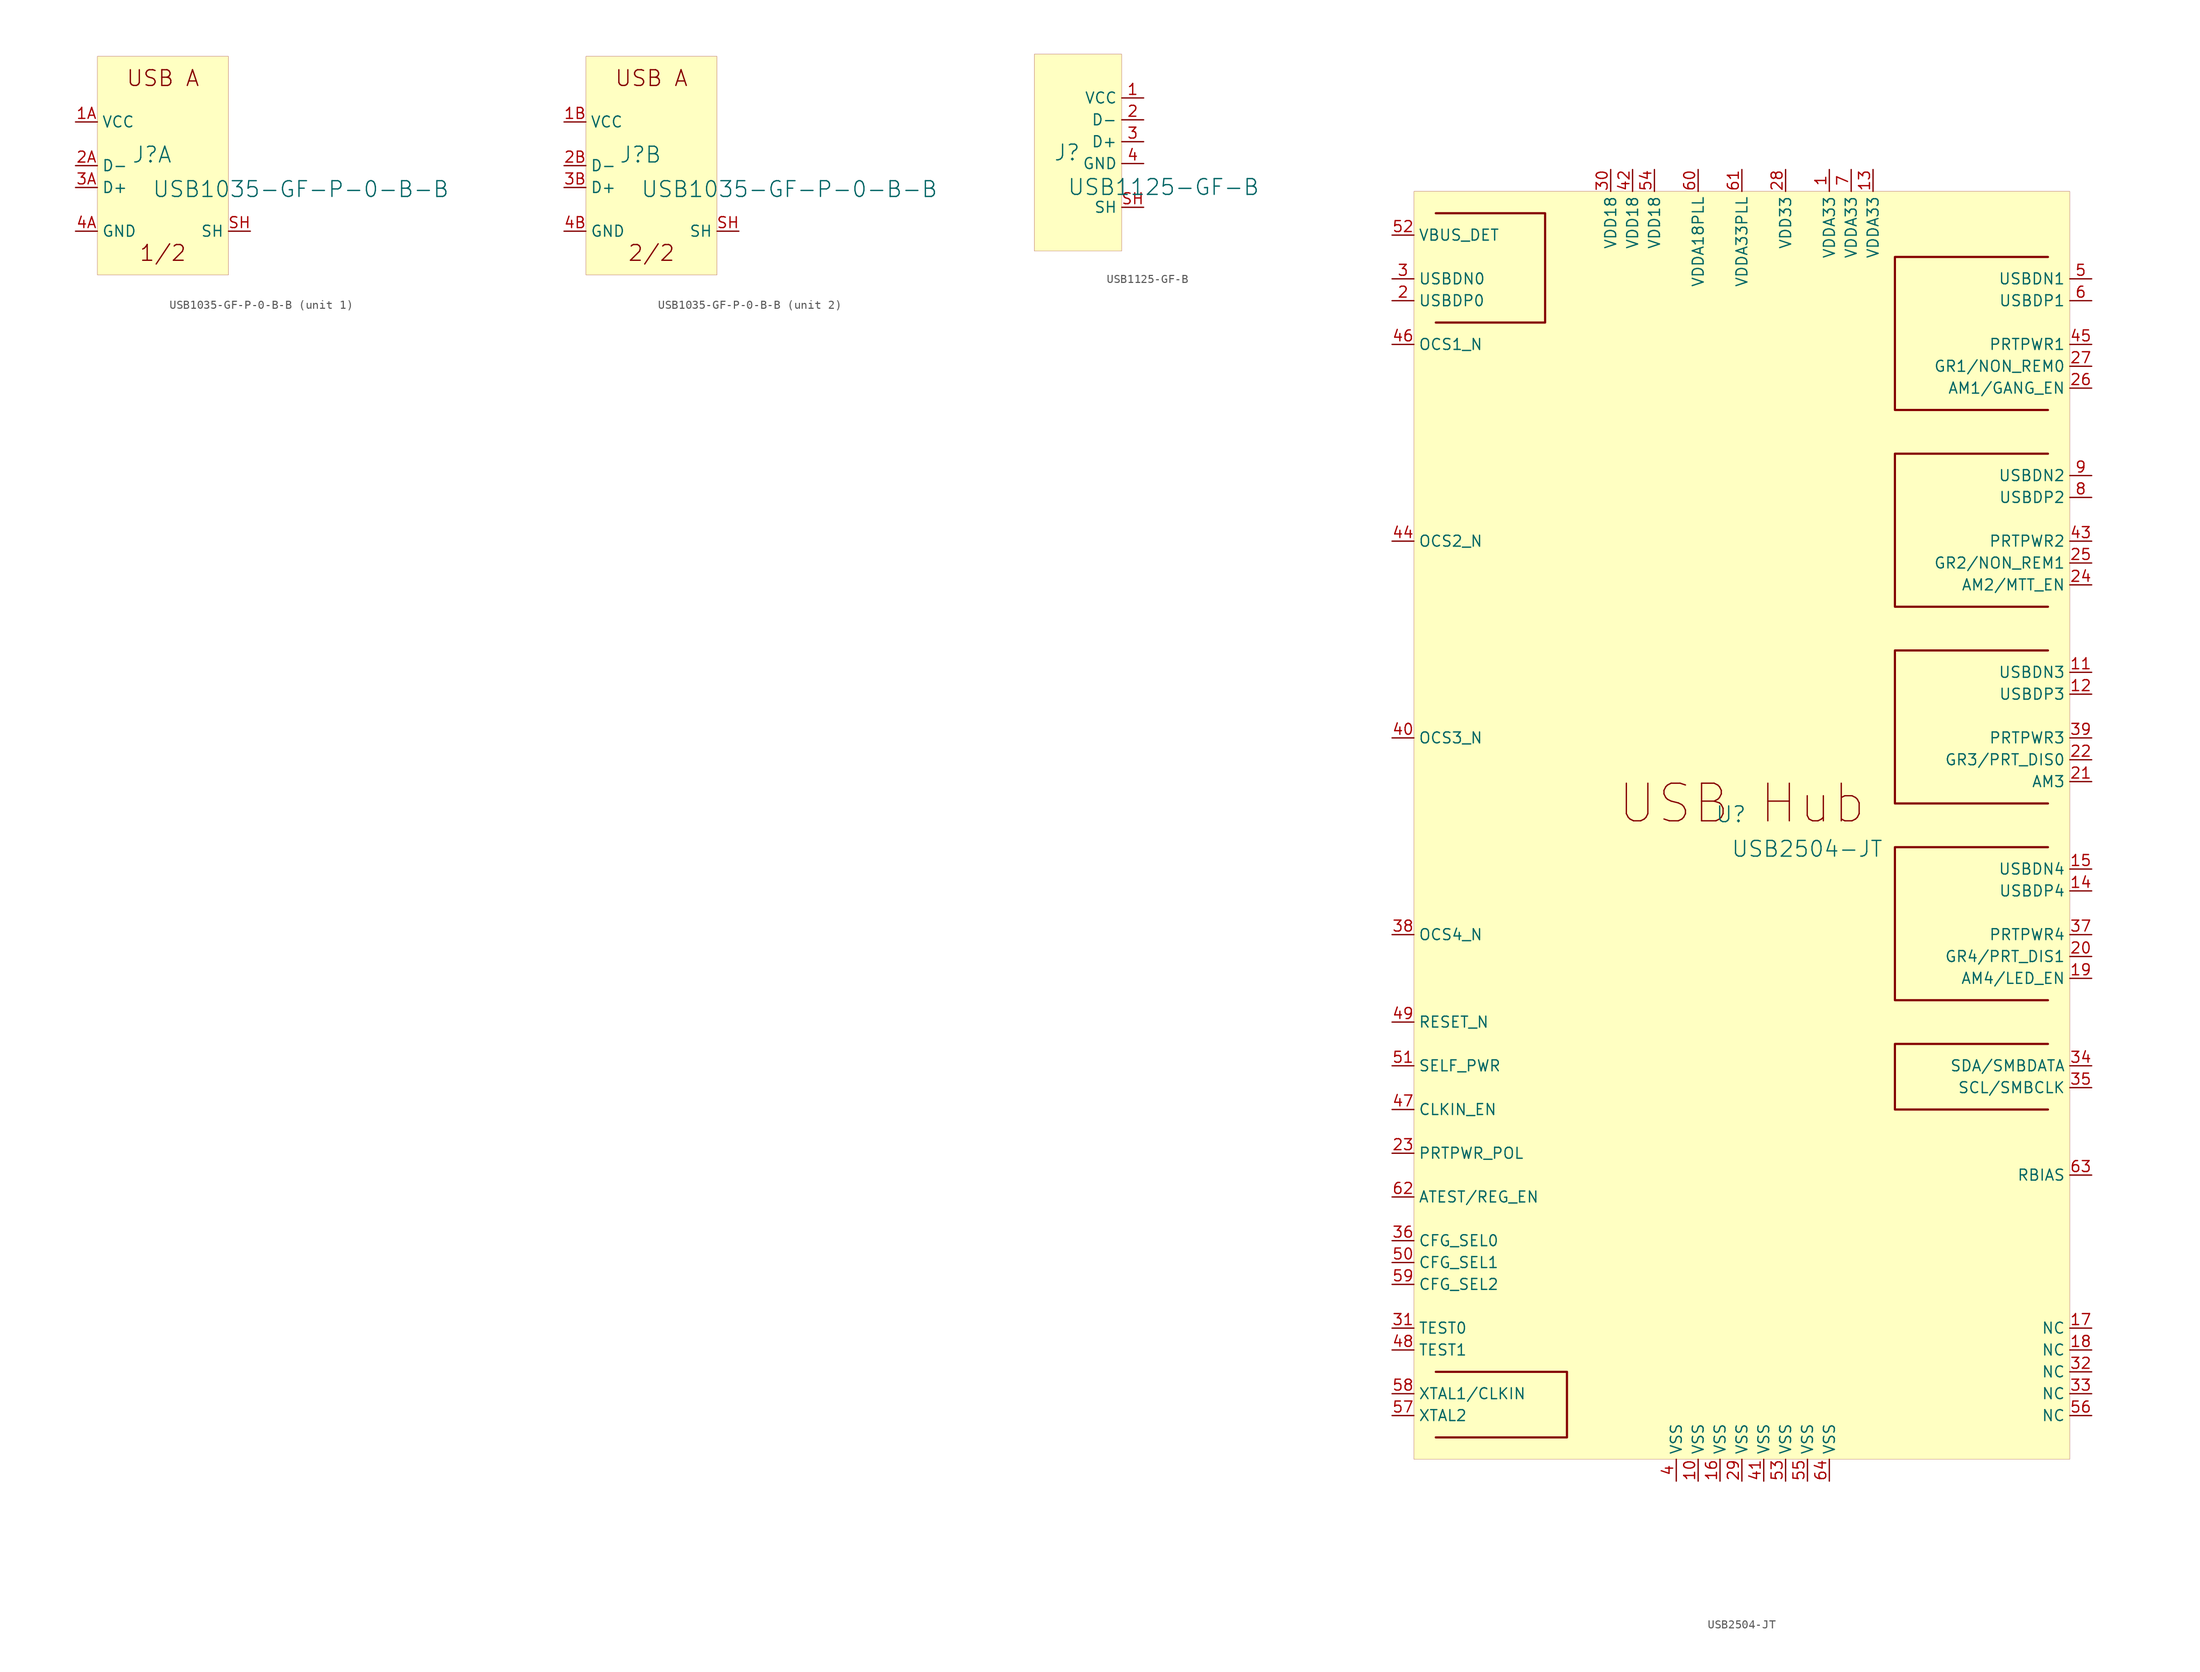
<source format=kicad_sym>
(kicad_symbol_lib
  (version 20231120)
  (generator "kicad_symbol_editor")
  (generator_version "8.0")
  (symbol "USB1035-GF-P-0-B-B"
    (property "Reference" "J"
      (at -1.27 1.27 0)
      (effects (font (size 1.829 1.829))))
    (property "Value" "USB1035-GF-P-0-B-B"
      (at -1.27 -3.81 0)
      (effects (font (size 1.829 1.829)) (justify left bottom)))
    (symbol "USB1035-GF-P-0-B-B_1_0"
      (rectangle (start -7.62 12.7) (end 7.62 -12.7) (stroke (width 0.025) (type solid)) (fill (type background)))
      (text "1/2" (at 0 -10.16 0) (effects (font (size 1.829 1.829))))
      (text "USB A" (at 0 10.16 0) (effects (font (size 1.829 1.829))))
      (pin passive line (at -10.16 5.08 0) (length 2.54) (name "VCC" (effects (font (size 1.27 1.27)))) (number "1A" (effects (font (size 1.27 1.27)))))
      (pin passive line (at -10.16 0 0) (length 2.54) (name "D-" (effects (font (size 1.27 1.27)))) (number "2A" (effects (font (size 1.27 1.27)))))
      (pin passive line (at -10.16 -2.54 0) (length 2.54) (name "D+" (effects (font (size 1.27 1.27)))) (number "3A" (effects (font (size 1.27 1.27)))))
      (pin passive line (at -10.16 -7.62 0) (length 2.54) (name "GND" (effects (font (size 1.27 1.27)))) (number "4A" (effects (font (size 1.27 1.27)))))
      (pin passive line (at 10.16 -7.62 180) (length 2.54) (name "SH" (effects (font (size 1.27 1.27)))) (number "SH" (effects (font (size 1.27 1.27))))))
    (symbol "USB1035-GF-P-0-B-B_2_0"
      (rectangle (start -7.62 12.7) (end 7.62 -12.7) (stroke (width 0.025) (type solid)) (fill (type background)))
      (text "2/2" (at 0 -10.16 0) (effects (font (size 1.829 1.829))))
      (text "USB A" (at 0 10.16 0) (effects (font (size 1.829 1.829))))
      (pin passive line (at -10.16 5.08 0) (length 2.54) (name "VCC" (effects (font (size 1.27 1.27)))) (number "1B" (effects (font (size 1.27 1.27)))))
      (pin passive line (at -10.16 0 0) (length 2.54) (name "D-" (effects (font (size 1.27 1.27)))) (number "2B" (effects (font (size 1.27 1.27)))))
      (pin passive line (at -10.16 -2.54 0) (length 2.54) (name "D+" (effects (font (size 1.27 1.27)))) (number "3B" (effects (font (size 1.27 1.27)))))
      (pin passive line (at -10.16 -7.62 0) (length 2.54) (name "GND" (effects (font (size 1.27 1.27)))) (number "4B" (effects (font (size 1.27 1.27)))))
      (pin passive line (at 10.16 -7.62 180) (length 2.54) (name "SH" (effects (font (size 1.27 1.27)))) (number "SH" (effects (font (size 1.27 1.27)))))))
  (symbol "USB1125-GF-B"
    (property "Reference" "J"
      (at -1.27 1.27 0)
      (effects (font (size 1.829 1.829))))
    (property "Value" "USB1125-GF-B"
      (at -1.27 -3.81 0)
      (effects (font (size 1.829 1.829)) (justify left bottom)))
    (symbol "USB1125-GF-B_1_0"
      (rectangle (start -5.08 12.7) (end 5.08 -10.16) (stroke (width 0.025) (type solid)) (fill (type background)))
      (pin passive line (at 7.62 7.62 180) (length 2.54) (name "VCC" (effects (font (size 1.27 1.27)))) (number "1" (effects (font (size 1.27 1.27)))))
      (pin passive line (at 7.62 5.08 180) (length 2.54) (name "D-" (effects (font (size 1.27 1.27)))) (number "2" (effects (font (size 1.27 1.27)))))
      (pin passive line (at 7.62 2.54 180) (length 2.54) (name "D+" (effects (font (size 1.27 1.27)))) (number "3" (effects (font (size 1.27 1.27)))))
      (pin passive line (at 7.62 0 180) (length 2.54) (name "GND" (effects (font (size 1.27 1.27)))) (number "4" (effects (font (size 1.27 1.27)))))
      (pin passive line (at 7.62 -5.08 180) (length 2.54) (name "SH" (effects (font (size 1.27 1.27)))) (number "SH" (effects (font (size 1.27 1.27)))))))
  (symbol "USB2504-JT"
    (property "Reference" "U"
      (at -1.27 1.27 0)
      (effects (font (size 1.829 1.829))))
    (property "Value" "USB2504-JT"
      (at -1.27 -3.81 0)
      (effects (font (size 1.829 1.829)) (justify left bottom)))
    (symbol "USB2504-JT_1_0"
      (polyline (pts (xy -35.56 -63.5) (xy -20.32 -63.5) (xy -20.32 -71.12) (xy -35.56 -71.12)) (stroke (width 0.254) (type solid)) (fill (type none)))
      (polyline (pts (xy -35.56 71.12) (xy -22.86 71.12) (xy -22.86 58.42) (xy -35.56 58.42)) (stroke (width 0.254) (type solid)) (fill (type none)))
      (polyline (pts (xy 35.56 -25.4) (xy 17.78 -25.4) (xy 17.78 -33.02) (xy 35.56 -33.02)) (stroke (width 0.254) (type solid)) (fill (type none)))
      (polyline (pts (xy 35.56 -2.54) (xy 17.78 -2.54) (xy 17.78 -20.32) (xy 35.56 -20.32)) (stroke (width 0.254) (type solid)) (fill (type none)))
      (polyline (pts (xy 35.56 20.32) (xy 17.78 20.32) (xy 17.78 2.54) (xy 35.56 2.54)) (stroke (width 0.254) (type solid)) (fill (type none)))
      (polyline (pts (xy 35.56 43.18) (xy 17.78 43.18) (xy 17.78 25.4) (xy 35.56 25.4)) (stroke (width 0.254) (type solid)) (fill (type none)))
      (polyline (pts (xy 35.56 66.04) (xy 17.78 66.04) (xy 17.78 48.26) (xy 35.56 48.26)) (stroke (width 0.254) (type solid)) (fill (type none)))
      (rectangle (start 38.1 73.66) (end -38.1 -73.66) (stroke (width 0.025) (type solid) (color 128 0 0 1)) (fill (type background)))
      (text "USB Hub" (at 0 2.54 0) (effects (font (size 4.369 4.369))))
      (pin passive line (at 10.16 76.2 270) (length 2.54) (name "VDDA33" (effects (font (size 1.27 1.27)))) (number "1" (effects (font (size 1.27 1.27)))))
      (pin passive line (at -5.08 -76.2 90) (length 2.54) (name "VSS" (effects (font (size 1.27 1.27)))) (number "10" (effects (font (size 1.27 1.27)))))
      (pin passive line (at 40.64 17.78 180) (length 2.54) (name "USBDN3" (effects (font (size 1.27 1.27)))) (number "11" (effects (font (size 1.27 1.27)))))
      (pin passive line (at 40.64 15.24 180) (length 2.54) (name "USBDP3" (effects (font (size 1.27 1.27)))) (number "12" (effects (font (size 1.27 1.27)))))
      (pin passive line (at 15.24 76.2 270) (length 2.54) (name "VDDA33" (effects (font (size 1.27 1.27)))) (number "13" (effects (font (size 1.27 1.27)))))
      (pin passive line (at 40.64 -7.62 180) (length 2.54) (name "USBDP4" (effects (font (size 1.27 1.27)))) (number "14" (effects (font (size 1.27 1.27)))))
      (pin passive line (at 40.64 -5.08 180) (length 2.54) (name "USBDN4" (effects (font (size 1.27 1.27)))) (number "15" (effects (font (size 1.27 1.27)))))
      (pin passive line (at -2.54 -76.2 90) (length 2.54) (name "VSS" (effects (font (size 1.27 1.27)))) (number "16" (effects (font (size 1.27 1.27)))))
      (pin passive line (at 40.64 -58.42 180) (length 2.54) (name "NC" (effects (font (size 1.27 1.27)))) (number "17" (effects (font (size 1.27 1.27)))))
      (pin passive line (at 40.64 -60.96 180) (length 2.54) (name "NC" (effects (font (size 1.27 1.27)))) (number "18" (effects (font (size 1.27 1.27)))))
      (pin passive line (at 40.64 -17.78 180) (length 2.54) (name "AM4/LED_EN" (effects (font (size 1.27 1.27)))) (number "19" (effects (font (size 1.27 1.27)))))
      (pin passive line (at -40.64 60.96 0) (length 2.54) (name "USBDP0" (effects (font (size 1.27 1.27)))) (number "2" (effects (font (size 1.27 1.27)))))
      (pin passive line (at 40.64 -15.24 180) (length 2.54) (name "GR4/PRT_DIS1" (effects (font (size 1.27 1.27)))) (number "20" (effects (font (size 1.27 1.27)))))
      (pin passive line (at 40.64 5.08 180) (length 2.54) (name "AM3" (effects (font (size 1.27 1.27)))) (number "21" (effects (font (size 1.27 1.27)))))
      (pin passive line (at 40.64 7.62 180) (length 2.54) (name "GR3/PRT_DIS0" (effects (font (size 1.27 1.27)))) (number "22" (effects (font (size 1.27 1.27)))))
      (pin passive line (at -40.64 -38.1 0) (length 2.54) (name "PRTPWR_POL" (effects (font (size 1.27 1.27)))) (number "23" (effects (font (size 1.27 1.27)))))
      (pin passive line (at 40.64 27.94 180) (length 2.54) (name "AM2/MTT_EN" (effects (font (size 1.27 1.27)))) (number "24" (effects (font (size 1.27 1.27)))))
      (pin passive line (at 40.64 30.48 180) (length 2.54) (name "GR2/NON_REM1" (effects (font (size 1.27 1.27)))) (number "25" (effects (font (size 1.27 1.27)))))
      (pin passive line (at 40.64 50.8 180) (length 2.54) (name "AM1/GANG_EN" (effects (font (size 1.27 1.27)))) (number "26" (effects (font (size 1.27 1.27)))))
      (pin passive line (at 40.64 53.34 180) (length 2.54) (name "GR1/NON_REM0" (effects (font (size 1.27 1.27)))) (number "27" (effects (font (size 1.27 1.27)))))
      (pin passive line (at 5.08 76.2 270) (length 2.54) (name "VDD33" (effects (font (size 1.27 1.27)))) (number "28" (effects (font (size 1.27 1.27)))))
      (pin passive line (at 0 -76.2 90) (length 2.54) (name "VSS" (effects (font (size 1.27 1.27)))) (number "29" (effects (font (size 1.27 1.27)))))
      (pin passive line (at -40.64 63.5 0) (length 2.54) (name "USBDN0" (effects (font (size 1.27 1.27)))) (number "3" (effects (font (size 1.27 1.27)))))
      (pin passive line (at -15.24 76.2 270) (length 2.54) (name "VDD18" (effects (font (size 1.27 1.27)))) (number "30" (effects (font (size 1.27 1.27)))))
      (pin passive line (at -40.64 -58.42 0) (length 2.54) (name "TEST0" (effects (font (size 1.27 1.27)))) (number "31" (effects (font (size 1.27 1.27)))))
      (pin passive line (at 40.64 -63.5 180) (length 2.54) (name "NC" (effects (font (size 1.27 1.27)))) (number "32" (effects (font (size 1.27 1.27)))))
      (pin passive line (at 40.64 -66.04 180) (length 2.54) (name "NC" (effects (font (size 1.27 1.27)))) (number "33" (effects (font (size 1.27 1.27)))))
      (pin passive line (at 40.64 -27.94 180) (length 2.54) (name "SDA/SMBDATA" (effects (font (size 1.27 1.27)))) (number "34" (effects (font (size 1.27 1.27)))))
      (pin passive line (at 40.64 -30.48 180) (length 2.54) (name "SCL/SMBCLK" (effects (font (size 1.27 1.27)))) (number "35" (effects (font (size 1.27 1.27)))))
      (pin passive line (at -40.64 -48.26 0) (length 2.54) (name "CFG_SEL0" (effects (font (size 1.27 1.27)))) (number "36" (effects (font (size 1.27 1.27)))))
      (pin passive line (at 40.64 -12.7 180) (length 2.54) (name "PRTPWR4" (effects (font (size 1.27 1.27)))) (number "37" (effects (font (size 1.27 1.27)))))
      (pin passive line (at -40.64 -12.7 0) (length 2.54) (name "OCS4_N" (effects (font (size 1.27 1.27)))) (number "38" (effects (font (size 1.27 1.27)))))
      (pin passive line (at 40.64 10.16 180) (length 2.54) (name "PRTPWR3" (effects (font (size 1.27 1.27)))) (number "39" (effects (font (size 1.27 1.27)))))
      (pin passive line (at -7.62 -76.2 90) (length 2.54) (name "VSS" (effects (font (size 1.27 1.27)))) (number "4" (effects (font (size 1.27 1.27)))))
      (pin passive line (at -40.64 10.16 0) (length 2.54) (name "OCS3_N" (effects (font (size 1.27 1.27)))) (number "40" (effects (font (size 1.27 1.27)))))
      (pin passive line (at 2.54 -76.2 90) (length 2.54) (name "VSS" (effects (font (size 1.27 1.27)))) (number "41" (effects (font (size 1.27 1.27)))))
      (pin passive line (at -12.7 76.2 270) (length 2.54) (name "VDD18" (effects (font (size 1.27 1.27)))) (number "42" (effects (font (size 1.27 1.27)))))
      (pin passive line (at 40.64 33.02 180) (length 2.54) (name "PRTPWR2" (effects (font (size 1.27 1.27)))) (number "43" (effects (font (size 1.27 1.27)))))
      (pin passive line (at -40.64 33.02 0) (length 2.54) (name "OCS2_N" (effects (font (size 1.27 1.27)))) (number "44" (effects (font (size 1.27 1.27)))))
      (pin passive line (at 40.64 55.88 180) (length 2.54) (name "PRTPWR1" (effects (font (size 1.27 1.27)))) (number "45" (effects (font (size 1.27 1.27)))))
      (pin passive line (at -40.64 55.88 0) (length 2.54) (name "OCS1_N" (effects (font (size 1.27 1.27)))) (number "46" (effects (font (size 1.27 1.27)))))
      (pin passive line (at -40.64 -33.02 0) (length 2.54) (name "CLKIN_EN" (effects (font (size 1.27 1.27)))) (number "47" (effects (font (size 1.27 1.27)))))
      (pin passive line (at -40.64 -60.96 0) (length 2.54) (name "TEST1" (effects (font (size 1.27 1.27)))) (number "48" (effects (font (size 1.27 1.27)))))
      (pin passive line (at -40.64 -22.86 0) (length 2.54) (name "RESET_N" (effects (font (size 1.27 1.27)))) (number "49" (effects (font (size 1.27 1.27)))))
      (pin passive line (at 40.64 63.5 180) (length 2.54) (name "USBDN1" (effects (font (size 1.27 1.27)))) (number "5" (effects (font (size 1.27 1.27)))))
      (pin passive line (at -40.64 -50.8 0) (length 2.54) (name "CFG_SEL1" (effects (font (size 1.27 1.27)))) (number "50" (effects (font (size 1.27 1.27)))))
      (pin passive line (at -40.64 -27.94 0) (length 2.54) (name "SELF_PWR" (effects (font (size 1.27 1.27)))) (number "51" (effects (font (size 1.27 1.27)))))
      (pin passive line (at -40.64 68.58 0) (length 2.54) (name "VBUS_DET" (effects (font (size 1.27 1.27)))) (number "52" (effects (font (size 1.27 1.27)))))
      (pin passive line (at 5.08 -76.2 90) (length 2.54) (name "VSS" (effects (font (size 1.27 1.27)))) (number "53" (effects (font (size 1.27 1.27)))))
      (pin passive line (at -10.16 76.2 270) (length 2.54) (name "VDD18" (effects (font (size 1.27 1.27)))) (number "54" (effects (font (size 1.27 1.27)))))
      (pin passive line (at 7.62 -76.2 90) (length 2.54) (name "VSS" (effects (font (size 1.27 1.27)))) (number "55" (effects (font (size 1.27 1.27)))))
      (pin passive line (at 40.64 -68.58 180) (length 2.54) (name "NC" (effects (font (size 1.27 1.27)))) (number "56" (effects (font (size 1.27 1.27)))))
      (pin passive line (at -40.64 -68.58 0) (length 2.54) (name "XTAL2" (effects (font (size 1.27 1.27)))) (number "57" (effects (font (size 1.27 1.27)))))
      (pin passive line (at -40.64 -66.04 0) (length 2.54) (name "XTAL1/CLKIN" (effects (font (size 1.27 1.27)))) (number "58" (effects (font (size 1.27 1.27)))))
      (pin passive line (at -40.64 -53.34 0) (length 2.54) (name "CFG_SEL2" (effects (font (size 1.27 1.27)))) (number "59" (effects (font (size 1.27 1.27)))))
      (pin passive line (at 40.64 60.96 180) (length 2.54) (name "USBDP1" (effects (font (size 1.27 1.27)))) (number "6" (effects (font (size 1.27 1.27)))))
      (pin passive line (at -5.08 76.2 270) (length 2.54) (name "VDDA18PLL" (effects (font (size 1.27 1.27)))) (number "60" (effects (font (size 1.27 1.27)))))
      (pin passive line (at 0 76.2 270) (length 2.54) (name "VDDA33PLL" (effects (font (size 1.27 1.27)))) (number "61" (effects (font (size 1.27 1.27)))))
      (pin passive line (at -40.64 -43.18 0) (length 2.54) (name "ATEST/REG_EN" (effects (font (size 1.27 1.27)))) (number "62" (effects (font (size 1.27 1.27)))))
      (pin passive line (at 40.64 -40.64 180) (length 2.54) (name "RBIAS" (effects (font (size 1.27 1.27)))) (number "63" (effects (font (size 1.27 1.27)))))
      (pin passive line (at 10.16 -76.2 90) (length 2.54) (name "VSS" (effects (font (size 1.27 1.27)))) (number "64" (effects (font (size 1.27 1.27)))))
      (pin passive line (at 12.7 76.2 270) (length 2.54) (name "VDDA33" (effects (font (size 1.27 1.27)))) (number "7" (effects (font (size 1.27 1.27)))))
      (pin passive line (at 40.64 38.1 180) (length 2.54) (name "USBDP2" (effects (font (size 1.27 1.27)))) (number "8" (effects (font (size 1.27 1.27)))))
      (pin passive line (at 40.64 40.64 180) (length 2.54) (name "USBDN2" (effects (font (size 1.27 1.27)))) (number "9" (effects (font (size 1.27 1.27))))))))
</source>
